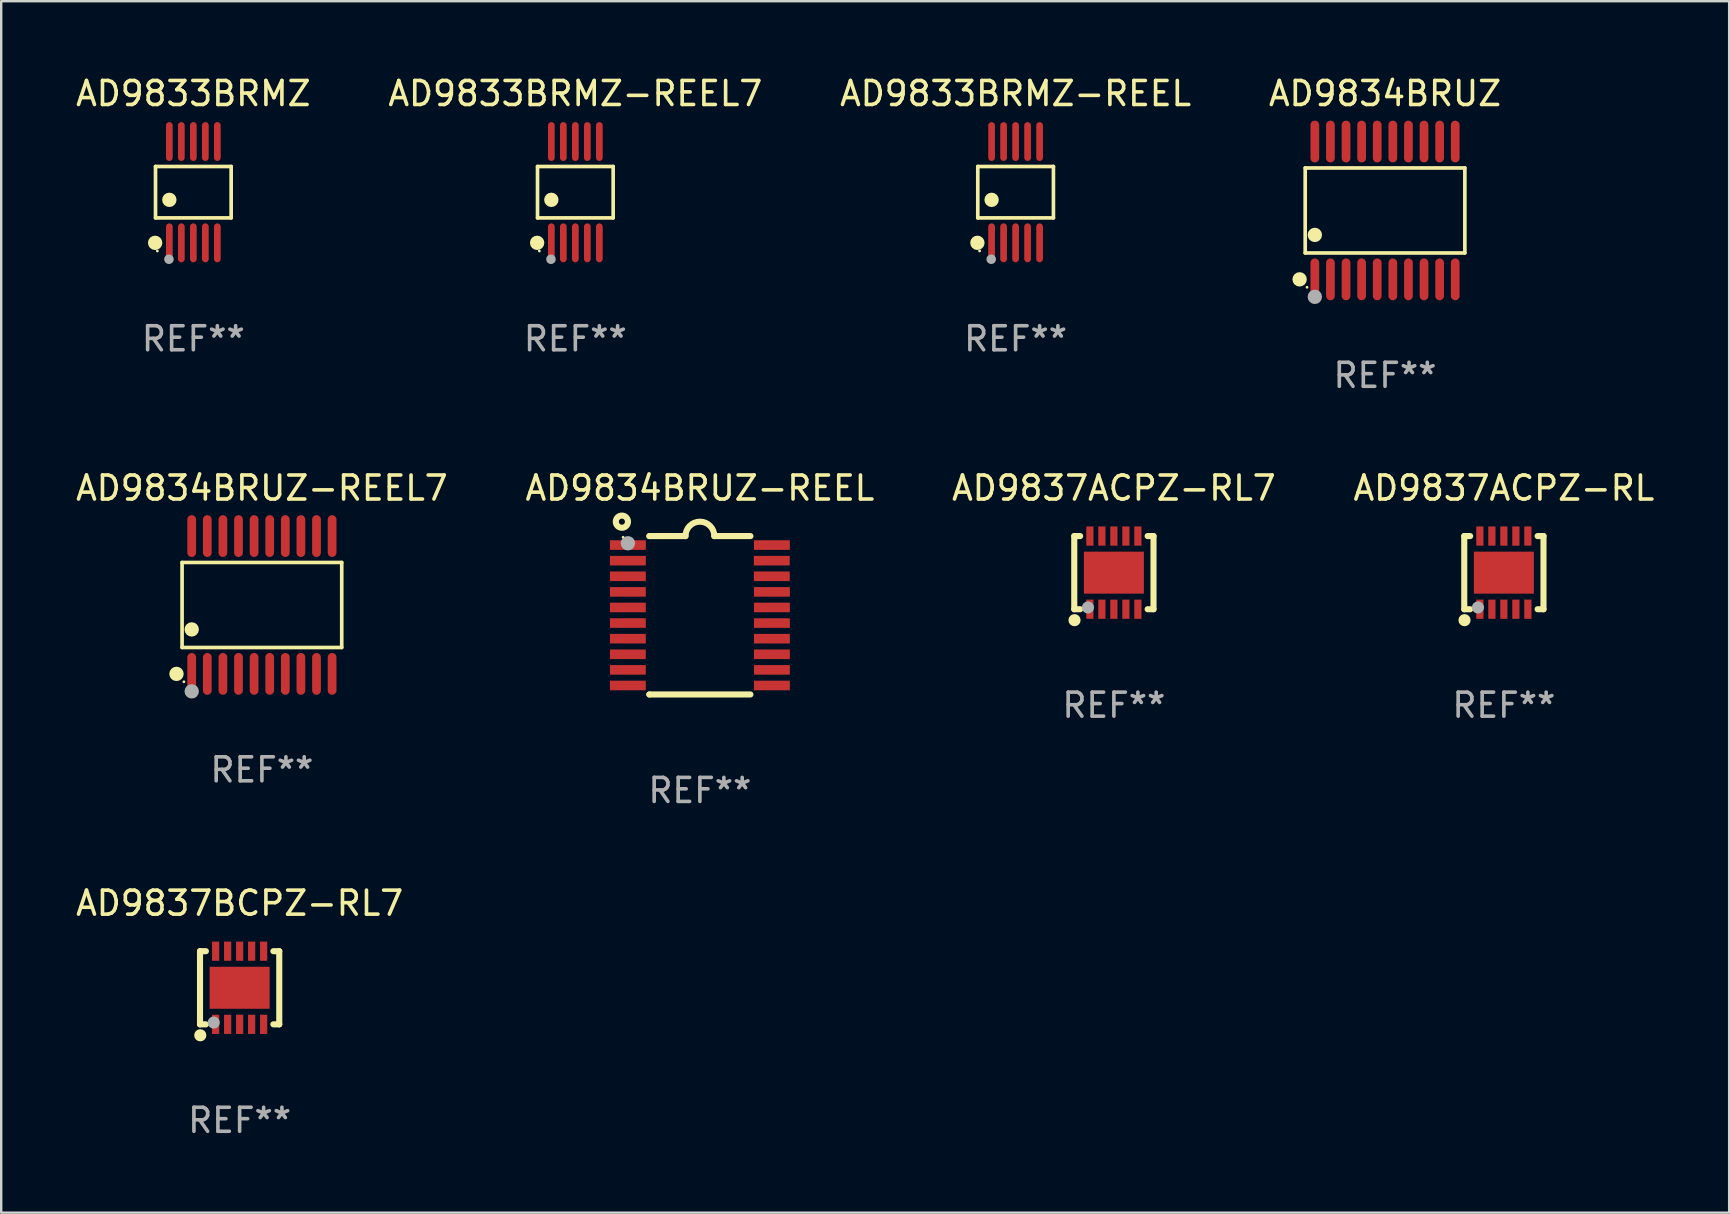
<source format=kicad_pcb>
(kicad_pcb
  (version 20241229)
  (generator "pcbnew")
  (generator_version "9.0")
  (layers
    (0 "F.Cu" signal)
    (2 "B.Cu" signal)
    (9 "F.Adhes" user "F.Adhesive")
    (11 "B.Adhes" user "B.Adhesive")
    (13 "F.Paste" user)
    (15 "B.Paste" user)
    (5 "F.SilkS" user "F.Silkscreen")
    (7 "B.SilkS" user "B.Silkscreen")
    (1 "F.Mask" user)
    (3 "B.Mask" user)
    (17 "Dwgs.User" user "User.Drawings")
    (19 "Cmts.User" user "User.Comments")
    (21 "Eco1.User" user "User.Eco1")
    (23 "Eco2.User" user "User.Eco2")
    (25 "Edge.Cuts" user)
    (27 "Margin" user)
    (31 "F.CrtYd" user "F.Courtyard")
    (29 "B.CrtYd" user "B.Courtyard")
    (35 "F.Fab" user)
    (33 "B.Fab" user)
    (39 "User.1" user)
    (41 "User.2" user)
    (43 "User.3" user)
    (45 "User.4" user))
  (footprint "AD9833BRMZ-REEL"
    (layer "F.Cu")
    (at 39.268 4.958)
    (property "Reference" "AD9833BRMZ-REEL" (at 0 -4.11 0) (layer "F.SilkS") (effects (font (size 1 1) (thickness 0.15))))
    (attr through_hole)
    (fp_line (start -1.576 -1.071) (end 1.576 -1.071) (stroke (width 0.152) (type solid)) (layer "F.SilkS"))
    (fp_line (start -1.576 1.071) (end -1.576 -1.071) (stroke (width 0.152) (type solid)) (layer "F.SilkS"))
    (fp_line (start 1.576 -1.071) (end 1.576 1.071) (stroke (width 0.152) (type solid)) (layer "F.SilkS"))
    (fp_line (start 1.576 1.071) (end -1.576 1.071) (stroke (width 0.152) (type solid)) (layer "F.SilkS"))
    (fp_circle (center -1.592 2.11) (end -1.442 2.11) (stroke (width 0.3) (type solid)) (fill no) (layer "F.SilkS"))
    (fp_circle (center -1.5 2.45) (end -1.47 2.45) (stroke (width 0.06) (type solid)) (fill no) (layer "F.SilkS"))
    (fp_circle (center -1 0.319) (end -0.85 0.319) (stroke (width 0.3) (type solid)) (fill no) (layer "F.SilkS"))
    (fp_circle (center -1.016 2.794) (end -0.916 2.794) (stroke (width 0.2) (type solid)) (fill no) (layer "F.Fab"))
    (fp_text user "REF**" (at 0 6.11 0) (layer "F.Fab") (effects (font (size 1 1) (thickness 0.15))))
    (pad "1" smd oval (at -1 2.11) (size 0.28 1.62) (layers "F.Cu" "F.Mask" "F.Paste"))
    (pad "2" smd oval (at -0.5 2.11) (size 0.28 1.62) (layers "F.Cu" "F.Mask" "F.Paste"))
    (pad "3" smd oval (at 0 2.11) (size 0.28 1.62) (layers "F.Cu" "F.Mask" "F.Paste"))
    (pad "4" smd oval (at 0.5 2.11) (size 0.28 1.62) (layers "F.Cu" "F.Mask" "F.Paste"))
    (pad "5" smd oval (at 1 2.11) (size 0.28 1.62) (layers "F.Cu" "F.Mask" "F.Paste"))
    (pad "6" smd oval (at 1 -2.11) (size 0.28 1.62) (layers "F.Cu" "F.Mask" "F.Paste"))
    (pad "7" smd oval (at 0.5 -2.11) (size 0.28 1.62) (layers "F.Cu" "F.Mask" "F.Paste"))
    (pad "8" smd oval (at 0 -2.11) (size 0.28 1.62) (layers "F.Cu" "F.Mask" "F.Paste"))
    (pad "9" smd oval (at -0.5 -2.11) (size 0.28 1.62) (layers "F.Cu" "F.Mask" "F.Paste"))
    (pad "10" smd oval (at -1 -2.11) (size 0.28 1.62) (layers "F.Cu" "F.Mask" "F.Paste")))
  (footprint "AD9834BRUZ"
    (layer "F.Cu")
    (at 54.661 5.719)
    (property "Reference" "AD9834BRUZ" (at 0 -4.871 0) (layer "F.SilkS") (effects (font (size 1 1) (thickness 0.15))))
    (attr through_hole)
    (fp_line (start -3.326 -1.771) (end 3.326 -1.771) (stroke (width 0.152) (type solid)) (layer "F.SilkS"))
    (fp_line (start -3.326 1.771) (end -3.326 -1.771) (stroke (width 0.152) (type solid)) (layer "F.SilkS"))
    (fp_line (start 3.326 -1.771) (end 3.326 1.771) (stroke (width 0.152) (type solid)) (layer "F.SilkS"))
    (fp_line (start 3.326 1.771) (end -3.326 1.771) (stroke (width 0.152) (type solid)) (layer "F.SilkS"))
    (fp_circle (center -3.559 2.871) (end -3.409 2.871) (stroke (width 0.3) (type solid)) (fill no) (layer "F.SilkS"))
    (fp_circle (center -3.25 3.2) (end -3.22 3.2) (stroke (width 0.06) (type solid)) (fill no) (layer "F.SilkS"))
    (fp_circle (center -2.925 1.019) (end -2.775 1.019) (stroke (width 0.3) (type solid)) (fill no) (layer "F.SilkS"))
    (fp_circle (center -2.925 3.6) (end -2.775 3.6) (stroke (width 0.3) (type solid)) (fill no) (layer "F.Fab"))
    (fp_text user "REF**" (at 0 6.871 0) (layer "F.Fab") (effects (font (size 1 1) (thickness 0.15))))
    (pad "1" smd oval (at -2.925 2.871) (size 0.364 1.742) (layers "F.Cu" "F.Mask" "F.Paste"))
    (pad "2" smd oval (at -2.275 2.871) (size 0.364 1.742) (layers "F.Cu" "F.Mask" "F.Paste"))
    (pad "3" smd oval (at -1.625 2.871) (size 0.364 1.742) (layers "F.Cu" "F.Mask" "F.Paste"))
    (pad "4" smd oval (at -0.975 2.871) (size 0.364 1.742) (layers "F.Cu" "F.Mask" "F.Paste"))
    (pad "5" smd oval (at -0.325 2.871) (size 0.364 1.742) (layers "F.Cu" "F.Mask" "F.Paste"))
    (pad "6" smd oval (at 0.325 2.871) (size 0.364 1.742) (layers "F.Cu" "F.Mask" "F.Paste"))
    (pad "7" smd oval (at 0.975 2.871) (size 0.364 1.742) (layers "F.Cu" "F.Mask" "F.Paste"))
    (pad "8" smd oval (at 1.625 2.871) (size 0.364 1.742) (layers "F.Cu" "F.Mask" "F.Paste"))
    (pad "9" smd oval (at 2.275 2.871) (size 0.364 1.742) (layers "F.Cu" "F.Mask" "F.Paste"))
    (pad "10" smd oval (at 2.925 2.871) (size 0.364 1.742) (layers "F.Cu" "F.Mask" "F.Paste"))
    (pad "11" smd oval (at 2.925 -2.871) (size 0.364 1.742) (layers "F.Cu" "F.Mask" "F.Paste"))
    (pad "12" smd oval (at 2.275 -2.871) (size 0.364 1.742) (layers "F.Cu" "F.Mask" "F.Paste"))
    (pad "13" smd oval (at 1.625 -2.871) (size 0.364 1.742) (layers "F.Cu" "F.Mask" "F.Paste"))
    (pad "14" smd oval (at 0.975 -2.871) (size 0.364 1.742) (layers "F.Cu" "F.Mask" "F.Paste"))
    (pad "15" smd oval (at 0.325 -2.871) (size 0.364 1.742) (layers "F.Cu" "F.Mask" "F.Paste"))
    (pad "16" smd oval (at -0.325 -2.871) (size 0.364 1.742) (layers "F.Cu" "F.Mask" "F.Paste"))
    (pad "17" smd oval (at -0.975 -2.871) (size 0.364 1.742) (layers "F.Cu" "F.Mask" "F.Paste"))
    (pad "18" smd oval (at -1.625 -2.871) (size 0.364 1.742) (layers "F.Cu" "F.Mask" "F.Paste"))
    (pad "19" smd oval (at -2.275 -2.871) (size 0.364 1.742) (layers "F.Cu" "F.Mask" "F.Paste"))
    (pad "20" smd oval (at -2.925 -2.871) (size 0.364 1.742) (layers "F.Cu" "F.Mask" "F.Paste")))
  (footprint "AD9837BCPZ-RL7"
    (layer "F.Cu")
    (at 6.935 38.108)
    (property "Reference" "AD9837BCPZ-RL7" (at 0 -3.524 0) (layer "F.SilkS") (effects (font (size 1 1) (thickness 0.15))))
    (attr through_hole)
    (fp_line (start -1.651 -1.524) (end -1.651 1.524) (stroke (width 0.254) (type solid)) (layer "F.SilkS"))
    (fp_line (start -1.651 1.524) (end -1.406 1.524) (stroke (width 0.254) (type solid)) (layer "F.SilkS"))
    (fp_line (start -1.406 -1.524) (end -1.651 -1.524) (stroke (width 0.254) (type solid)) (layer "F.SilkS"))
    (fp_line (start 1.406 1.524) (end 1.651 1.524) (stroke (width 0.254) (type solid)) (layer "F.SilkS"))
    (fp_line (start 1.651 -1.524) (end 1.406 -1.524) (stroke (width 0.254) (type solid)) (layer "F.SilkS"))
    (fp_line (start 1.651 1.524) (end 1.651 -1.524) (stroke (width 0.254) (type solid)) (layer "F.SilkS"))
    (fp_circle (center -1.64 1.98) (end -1.513 1.98) (stroke (width 0.254) (type solid)) (fill no) (layer "F.SilkS"))
    (fp_circle (center -1.5 1.5) (end -1.47 1.5) (stroke (width 0.06) (type solid)) (fill no) (layer "F.SilkS"))
    (fp_circle (center -1.08 1.45) (end -0.953 1.45) (stroke (width 0.254) (type solid)) (fill no) (layer "F.Fab"))
    (fp_text user "REF**" (at 0 5.524 0) (layer "F.Fab") (effects (font (size 1 1) (thickness 0.15))))
    (pad "1" smd rect (at -1 1.524) (size 0.3 0.8) (layers "F.Cu" "F.Mask" "F.Paste"))
    (pad "2" smd rect (at -0.5 1.524) (size 0.3 0.8) (layers "F.Cu" "F.Mask" "F.Paste"))
    (pad "3" smd rect (at 0 1.524) (size 0.3 0.8) (layers "F.Cu" "F.Mask" "F.Paste"))
    (pad "4" smd rect (at 0.5 1.524) (size 0.3 0.8) (layers "F.Cu" "F.Mask" "F.Paste"))
    (pad "5" smd rect (at 1 1.524) (size 0.3 0.8) (layers "F.Cu" "F.Mask" "F.Paste"))
    (pad "6" smd rect (at 1 -1.524) (size 0.3 0.8) (layers "F.Cu" "F.Mask" "F.Paste"))
    (pad "7" smd rect (at 0.5 -1.524) (size 0.3 0.8) (layers "F.Cu" "F.Mask" "F.Paste"))
    (pad "8" smd rect (at 0 -1.524) (size 0.3 0.8) (layers "F.Cu" "F.Mask" "F.Paste"))
    (pad "9" smd rect (at -0.5 -1.524) (size 0.3 0.8) (layers "F.Cu" "F.Mask" "F.Paste"))
    (pad "10" smd rect (at -1 -1.524) (size 0.3 0.8) (layers "F.Cu" "F.Mask" "F.Paste"))
    (pad "11" smd rect (at 0 0) (size 2.5 1.75) (layers "F.Cu" "F.Mask" "F.Paste")))
  (footprint "AD9837ACPZ-RL"
    (layer "F.Cu")
    (at 59.613 20.811)
    (property "Reference" "AD9837ACPZ-RL" (at 0 -3.524 0) (layer "F.SilkS") (effects (font (size 1 1) (thickness 0.15))))
    (attr through_hole)
    (fp_line (start -1.651 -1.524) (end -1.651 1.524) (stroke (width 0.254) (type solid)) (layer "F.SilkS"))
    (fp_line (start -1.651 1.524) (end -1.406 1.524) (stroke (width 0.254) (type solid)) (layer "F.SilkS"))
    (fp_line (start -1.406 -1.524) (end -1.651 -1.524) (stroke (width 0.254) (type solid)) (layer "F.SilkS"))
    (fp_line (start 1.406 1.524) (end 1.651 1.524) (stroke (width 0.254) (type solid)) (layer "F.SilkS"))
    (fp_line (start 1.651 -1.524) (end 1.406 -1.524) (stroke (width 0.254) (type solid)) (layer "F.SilkS"))
    (fp_line (start 1.651 1.524) (end 1.651 -1.524) (stroke (width 0.254) (type solid)) (layer "F.SilkS"))
    (fp_circle (center -1.64 1.98) (end -1.513 1.98) (stroke (width 0.254) (type solid)) (fill no) (layer "F.SilkS"))
    (fp_circle (center -1.5 1.5) (end -1.47 1.5) (stroke (width 0.06) (type solid)) (fill no) (layer "F.SilkS"))
    (fp_circle (center -1.08 1.45) (end -0.953 1.45) (stroke (width 0.254) (type solid)) (fill no) (layer "F.Fab"))
    (fp_text user "REF**" (at 0 5.524 0) (layer "F.Fab") (effects (font (size 1 1) (thickness 0.15))))
    (pad "1" smd rect (at -1 1.524) (size 0.3 0.8) (layers "F.Cu" "F.Mask" "F.Paste"))
    (pad "2" smd rect (at -0.5 1.524) (size 0.3 0.8) (layers "F.Cu" "F.Mask" "F.Paste"))
    (pad "3" smd rect (at 0 1.524) (size 0.3 0.8) (layers "F.Cu" "F.Mask" "F.Paste"))
    (pad "4" smd rect (at 0.5 1.524) (size 0.3 0.8) (layers "F.Cu" "F.Mask" "F.Paste"))
    (pad "5" smd rect (at 1 1.524) (size 0.3 0.8) (layers "F.Cu" "F.Mask" "F.Paste"))
    (pad "6" smd rect (at 1 -1.524) (size 0.3 0.8) (layers "F.Cu" "F.Mask" "F.Paste"))
    (pad "7" smd rect (at 0.5 -1.524) (size 0.3 0.8) (layers "F.Cu" "F.Mask" "F.Paste"))
    (pad "8" smd rect (at 0 -1.524) (size 0.3 0.8) (layers "F.Cu" "F.Mask" "F.Paste"))
    (pad "9" smd rect (at -0.5 -1.524) (size 0.3 0.8) (layers "F.Cu" "F.Mask" "F.Paste"))
    (pad "10" smd rect (at -1 -1.524) (size 0.3 0.8) (layers "F.Cu" "F.Mask" "F.Paste"))
    (pad "11" smd rect (at 0 0) (size 2.5 1.75) (layers "F.Cu" "F.Mask" "F.Paste")))
  (footprint "AD9834BRUZ-REEL"
    (layer "F.Cu")
    (at 26.113 22.587)
    (property "Reference" "AD9834BRUZ-REEL" (at 0 -5.3 0) (layer "F.SilkS") (effects (font (size 1 1) (thickness 0.15))))
    (attr through_hole)
    (fp_line (start -2.105 -3.3) (end -2.105 -3.3) (stroke (width 0.254) (type solid)) (layer "F.SilkS"))
    (fp_line (start -2.105 -3.3) (end -0.6 -3.3) (stroke (width 0.254) (type solid)) (layer "F.SilkS"))
    (fp_line (start -2.105 3.3) (end -2.105 3.3) (stroke (width 0.254) (type solid)) (layer "F.SilkS"))
    (fp_line (start 0.6 -3.3) (end 2.105 -3.3) (stroke (width 0.254) (type solid)) (layer "F.SilkS"))
    (fp_line (start 2.105 3.3) (end -2.105 3.3) (stroke (width 0.254) (type solid)) (layer "F.SilkS"))
    (fp_arc (start -0.599924 -3.300026) (mid 0.000114 -3.897415) (end 0.600152 -3.300025) (stroke (width 0.254001) (type solid)) (layer "F.SilkS"))
    (fp_circle (center -3.25 -3.9) (end -2.996 -3.9) (stroke (width 0.254) (type solid)) (fill no) (layer "F.SilkS"))
    (fp_circle (center -3.2 -3.25) (end -3.17 -3.25) (stroke (width 0.06) (type solid)) (fill no) (layer "F.SilkS"))
    (fp_circle (center -3 -3) (end -2.85 -3) (stroke (width 0.3) (type solid)) (fill no) (layer "F.Fab"))
    (fp_text user "REF**" (at 0 7.3 0) (layer "F.Fab") (effects (font (size 1 1) (thickness 0.15))))
    (pad "1" smd rect (at -3.001 -2.925 270) (size 0.4 1.494) (layers "F.Cu" "F.Mask" "F.Paste"))
    (pad "2" smd rect (at -3.001 -2.275 270) (size 0.4 1.494) (layers "F.Cu" "F.Mask" "F.Paste"))
    (pad "3" smd rect (at -3.001 -1.625 270) (size 0.4 1.494) (layers "F.Cu" "F.Mask" "F.Paste"))
    (pad "4" smd rect (at -3.001 -0.975 270) (size 0.4 1.494) (layers "F.Cu" "F.Mask" "F.Paste"))
    (pad "5" smd rect (at -3.001 -0.325 270) (size 0.4 1.494) (layers "F.Cu" "F.Mask" "F.Paste"))
    (pad "6" smd rect (at -3.001 0.324 270) (size 0.4 1.494) (layers "F.Cu" "F.Mask" "F.Paste"))
    (pad "7" smd rect (at -3.001 0.975 270) (size 0.4 1.494) (layers "F.Cu" "F.Mask" "F.Paste"))
    (pad "8" smd rect (at -3.001 1.625 270) (size 0.4 1.494) (layers "F.Cu" "F.Mask" "F.Paste"))
    (pad "9" smd rect (at -3.001 2.275 270) (size 0.4 1.494) (layers "F.Cu" "F.Mask" "F.Paste"))
    (pad "10" smd rect (at -3.001 2.925 270) (size 0.4 1.494) (layers "F.Cu" "F.Mask" "F.Paste"))
    (pad "11" smd rect (at 3.001 2.925 270) (size 0.4 1.494) (layers "F.Cu" "F.Mask" "F.Paste"))
    (pad "12" smd rect (at 3.001 2.275 270) (size 0.4 1.494) (layers "F.Cu" "F.Mask" "F.Paste"))
    (pad "13" smd rect (at 3.001 1.625 270) (size 0.4 1.494) (layers "F.Cu" "F.Mask" "F.Paste"))
    (pad "14" smd rect (at 3.001 0.975 270) (size 0.4 1.494) (layers "F.Cu" "F.Mask" "F.Paste"))
    (pad "15" smd rect (at 3.001 0.325 270) (size 0.4 1.494) (layers "F.Cu" "F.Mask" "F.Paste"))
    (pad "16" smd rect (at 3.001 -0.325 270) (size 0.4 1.494) (layers "F.Cu" "F.Mask" "F.Paste"))
    (pad "17" smd rect (at 3.001 -0.975 270) (size 0.4 1.494) (layers "F.Cu" "F.Mask" "F.Paste"))
    (pad "18" smd rect (at 2.996 -1.625 270) (size 0.4 1.494) (layers "F.Cu" "F.Mask" "F.Paste"))
    (pad "19" smd rect (at 2.996 -2.275 270) (size 0.4 1.494) (layers "F.Cu" "F.Mask" "F.Paste"))
    (pad "20" smd rect (at 3.001 -2.925 270) (size 0.4 1.494) (layers "F.Cu" "F.Mask" "F.Paste")))
  (footprint "AD9834BRUZ-REEL7"
    (layer "F.Cu")
    (at 7.863 22.158)
    (property "Reference" "AD9834BRUZ-REEL7" (at 0 -4.871 0) (layer "F.SilkS") (effects (font (size 1 1) (thickness 0.15))))
    (attr through_hole)
    (fp_line (start -3.326 -1.771) (end 3.326 -1.771) (stroke (width 0.152) (type solid)) (layer "F.SilkS"))
    (fp_line (start -3.326 1.771) (end -3.326 -1.771) (stroke (width 0.152) (type solid)) (layer "F.SilkS"))
    (fp_line (start 3.326 -1.771) (end 3.326 1.771) (stroke (width 0.152) (type solid)) (layer "F.SilkS"))
    (fp_line (start 3.326 1.771) (end -3.326 1.771) (stroke (width 0.152) (type solid)) (layer "F.SilkS"))
    (fp_circle (center -3.559 2.871) (end -3.409 2.871) (stroke (width 0.3) (type solid)) (fill no) (layer "F.SilkS"))
    (fp_circle (center -3.25 3.2) (end -3.22 3.2) (stroke (width 0.06) (type solid)) (fill no) (layer "F.SilkS"))
    (fp_circle (center -2.925 1.019) (end -2.775 1.019) (stroke (width 0.3) (type solid)) (fill no) (layer "F.SilkS"))
    (fp_circle (center -2.925 3.6) (end -2.775 3.6) (stroke (width 0.3) (type solid)) (fill no) (layer "F.Fab"))
    (fp_text user "REF**" (at 0 6.871 0) (layer "F.Fab") (effects (font (size 1 1) (thickness 0.15))))
    (pad "1" smd oval (at -2.925 2.871) (size 0.364 1.742) (layers "F.Cu" "F.Mask" "F.Paste"))
    (pad "2" smd oval (at -2.275 2.871) (size 0.364 1.742) (layers "F.Cu" "F.Mask" "F.Paste"))
    (pad "3" smd oval (at -1.625 2.871) (size 0.364 1.742) (layers "F.Cu" "F.Mask" "F.Paste"))
    (pad "4" smd oval (at -0.975 2.871) (size 0.364 1.742) (layers "F.Cu" "F.Mask" "F.Paste"))
    (pad "5" smd oval (at -0.325 2.871) (size 0.364 1.742) (layers "F.Cu" "F.Mask" "F.Paste"))
    (pad "6" smd oval (at 0.325 2.871) (size 0.364 1.742) (layers "F.Cu" "F.Mask" "F.Paste"))
    (pad "7" smd oval (at 0.975 2.871) (size 0.364 1.742) (layers "F.Cu" "F.Mask" "F.Paste"))
    (pad "8" smd oval (at 1.625 2.871) (size 0.364 1.742) (layers "F.Cu" "F.Mask" "F.Paste"))
    (pad "9" smd oval (at 2.275 2.871) (size 0.364 1.742) (layers "F.Cu" "F.Mask" "F.Paste"))
    (pad "10" smd oval (at 2.925 2.871) (size 0.364 1.742) (layers "F.Cu" "F.Mask" "F.Paste"))
    (pad "11" smd oval (at 2.925 -2.871) (size 0.364 1.742) (layers "F.Cu" "F.Mask" "F.Paste"))
    (pad "12" smd oval (at 2.275 -2.871) (size 0.364 1.742) (layers "F.Cu" "F.Mask" "F.Paste"))
    (pad "13" smd oval (at 1.625 -2.871) (size 0.364 1.742) (layers "F.Cu" "F.Mask" "F.Paste"))
    (pad "14" smd oval (at 0.975 -2.871) (size 0.364 1.742) (layers "F.Cu" "F.Mask" "F.Paste"))
    (pad "15" smd oval (at 0.325 -2.871) (size 0.364 1.742) (layers "F.Cu" "F.Mask" "F.Paste"))
    (pad "16" smd oval (at -0.325 -2.871) (size 0.364 1.742) (layers "F.Cu" "F.Mask" "F.Paste"))
    (pad "17" smd oval (at -0.975 -2.871) (size 0.364 1.742) (layers "F.Cu" "F.Mask" "F.Paste"))
    (pad "18" smd oval (at -1.625 -2.871) (size 0.364 1.742) (layers "F.Cu" "F.Mask" "F.Paste"))
    (pad "19" smd oval (at -2.275 -2.871) (size 0.364 1.742) (layers "F.Cu" "F.Mask" "F.Paste"))
    (pad "20" smd oval (at -2.925 -2.871) (size 0.364 1.742) (layers "F.Cu" "F.Mask" "F.Paste")))
  (footprint "AD9833BRMZ"
    (layer "F.Cu")
    (at 5.006 4.958)
    (property "Reference" "AD9833BRMZ" (at 0 -4.11 0) (layer "F.SilkS") (effects (font (size 1 1) (thickness 0.15))))
    (attr through_hole)
    (fp_line (start -1.576 -1.071) (end 1.576 -1.071) (stroke (width 0.152) (type solid)) (layer "F.SilkS"))
    (fp_line (start -1.576 1.071) (end -1.576 -1.071) (stroke (width 0.152) (type solid)) (layer "F.SilkS"))
    (fp_line (start 1.576 -1.071) (end 1.576 1.071) (stroke (width 0.152) (type solid)) (layer "F.SilkS"))
    (fp_line (start 1.576 1.071) (end -1.576 1.071) (stroke (width 0.152) (type solid)) (layer "F.SilkS"))
    (fp_circle (center -1.592 2.11) (end -1.442 2.11) (stroke (width 0.3) (type solid)) (fill no) (layer "F.SilkS"))
    (fp_circle (center -1.5 2.45) (end -1.47 2.45) (stroke (width 0.06) (type solid)) (fill no) (layer "F.SilkS"))
    (fp_circle (center -1 0.319) (end -0.85 0.319) (stroke (width 0.3) (type solid)) (fill no) (layer "F.SilkS"))
    (fp_circle (center -1.016 2.794) (end -0.916 2.794) (stroke (width 0.2) (type solid)) (fill no) (layer "F.Fab"))
    (fp_text user "REF**" (at 0 6.11 0) (layer "F.Fab") (effects (font (size 1 1) (thickness 0.15))))
    (pad "1" smd oval (at -1 2.11) (size 0.28 1.62) (layers "F.Cu" "F.Mask" "F.Paste"))
    (pad "2" smd oval (at -0.5 2.11) (size 0.28 1.62) (layers "F.Cu" "F.Mask" "F.Paste"))
    (pad "3" smd oval (at 0 2.11) (size 0.28 1.62) (layers "F.Cu" "F.Mask" "F.Paste"))
    (pad "4" smd oval (at 0.5 2.11) (size 0.28 1.62) (layers "F.Cu" "F.Mask" "F.Paste"))
    (pad "5" smd oval (at 1 2.11) (size 0.28 1.62) (layers "F.Cu" "F.Mask" "F.Paste"))
    (pad "6" smd oval (at 1 -2.11) (size 0.28 1.62) (layers "F.Cu" "F.Mask" "F.Paste"))
    (pad "7" smd oval (at 0.5 -2.11) (size 0.28 1.62) (layers "F.Cu" "F.Mask" "F.Paste"))
    (pad "8" smd oval (at 0 -2.11) (size 0.28 1.62) (layers "F.Cu" "F.Mask" "F.Paste"))
    (pad "9" smd oval (at -0.5 -2.11) (size 0.28 1.62) (layers "F.Cu" "F.Mask" "F.Paste"))
    (pad "10" smd oval (at -1 -2.11) (size 0.28 1.62) (layers "F.Cu" "F.Mask" "F.Paste")))
  (footprint "AD9837ACPZ-RL7"
    (layer "F.Cu")
    (at 43.363 20.811)
    (property "Reference" "AD9837ACPZ-RL7" (at 0 -3.524 0) (layer "F.SilkS") (effects (font (size 1 1) (thickness 0.15))))
    (attr through_hole)
    (fp_line (start -1.651 -1.524) (end -1.651 1.524) (stroke (width 0.254) (type solid)) (layer "F.SilkS"))
    (fp_line (start -1.651 1.524) (end -1.406 1.524) (stroke (width 0.254) (type solid)) (layer "F.SilkS"))
    (fp_line (start -1.406 -1.524) (end -1.651 -1.524) (stroke (width 0.254) (type solid)) (layer "F.SilkS"))
    (fp_line (start 1.406 1.524) (end 1.651 1.524) (stroke (width 0.254) (type solid)) (layer "F.SilkS"))
    (fp_line (start 1.651 -1.524) (end 1.406 -1.524) (stroke (width 0.254) (type solid)) (layer "F.SilkS"))
    (fp_line (start 1.651 1.524) (end 1.651 -1.524) (stroke (width 0.254) (type solid)) (layer "F.SilkS"))
    (fp_circle (center -1.64 1.98) (end -1.513 1.98) (stroke (width 0.254) (type solid)) (fill no) (layer "F.SilkS"))
    (fp_circle (center -1.5 1.5) (end -1.47 1.5) (stroke (width 0.06) (type solid)) (fill no) (layer "F.SilkS"))
    (fp_circle (center -1.08 1.45) (end -0.953 1.45) (stroke (width 0.254) (type solid)) (fill no) (layer "F.Fab"))
    (fp_text user "REF**" (at 0 5.524 0) (layer "F.Fab") (effects (font (size 1 1) (thickness 0.15))))
    (pad "1" smd rect (at -1 1.524) (size 0.3 0.8) (layers "F.Cu" "F.Mask" "F.Paste"))
    (pad "2" smd rect (at -0.5 1.524) (size 0.3 0.8) (layers "F.Cu" "F.Mask" "F.Paste"))
    (pad "3" smd rect (at 0 1.524) (size 0.3 0.8) (layers "F.Cu" "F.Mask" "F.Paste"))
    (pad "4" smd rect (at 0.5 1.524) (size 0.3 0.8) (layers "F.Cu" "F.Mask" "F.Paste"))
    (pad "5" smd rect (at 1 1.524) (size 0.3 0.8) (layers "F.Cu" "F.Mask" "F.Paste"))
    (pad "6" smd rect (at 1 -1.524) (size 0.3 0.8) (layers "F.Cu" "F.Mask" "F.Paste"))
    (pad "7" smd rect (at 0.5 -1.524) (size 0.3 0.8) (layers "F.Cu" "F.Mask" "F.Paste"))
    (pad "8" smd rect (at 0 -1.524) (size 0.3 0.8) (layers "F.Cu" "F.Mask" "F.Paste"))
    (pad "9" smd rect (at -0.5 -1.524) (size 0.3 0.8) (layers "F.Cu" "F.Mask" "F.Paste"))
    (pad "10" smd rect (at -1 -1.524) (size 0.3 0.8) (layers "F.Cu" "F.Mask" "F.Paste"))
    (pad "11" smd rect (at 0 0) (size 2.5 1.75) (layers "F.Cu" "F.Mask" "F.Paste")))
  (footprint "AD9833BRMZ-REEL7"
    (layer "F.Cu")
    (at 20.923 4.958)
    (property "Reference" "AD9833BRMZ-REEL7" (at 0 -4.11 0) (layer "F.SilkS") (effects (font (size 1 1) (thickness 0.15))))
    (attr through_hole)
    (fp_line (start -1.576 -1.071) (end 1.576 -1.071) (stroke (width 0.152) (type solid)) (layer "F.SilkS"))
    (fp_line (start -1.576 1.071) (end -1.576 -1.071) (stroke (width 0.152) (type solid)) (layer "F.SilkS"))
    (fp_line (start 1.576 -1.071) (end 1.576 1.071) (stroke (width 0.152) (type solid)) (layer "F.SilkS"))
    (fp_line (start 1.576 1.071) (end -1.576 1.071) (stroke (width 0.152) (type solid)) (layer "F.SilkS"))
    (fp_circle (center -1.592 2.11) (end -1.442 2.11) (stroke (width 0.3) (type solid)) (fill no) (layer "F.SilkS"))
    (fp_circle (center -1.5 2.45) (end -1.47 2.45) (stroke (width 0.06) (type solid)) (fill no) (layer "F.SilkS"))
    (fp_circle (center -1 0.319) (end -0.85 0.319) (stroke (width 0.3) (type solid)) (fill no) (layer "F.SilkS"))
    (fp_circle (center -1.016 2.794) (end -0.916 2.794) (stroke (width 0.2) (type solid)) (fill no) (layer "F.Fab"))
    (fp_text user "REF**" (at 0 6.11 0) (layer "F.Fab") (effects (font (size 1 1) (thickness 0.15))))
    (pad "1" smd oval (at -1 2.11) (size 0.28 1.62) (layers "F.Cu" "F.Mask" "F.Paste"))
    (pad "2" smd oval (at -0.5 2.11) (size 0.28 1.62) (layers "F.Cu" "F.Mask" "F.Paste"))
    (pad "3" smd oval (at 0 2.11) (size 0.28 1.62) (layers "F.Cu" "F.Mask" "F.Paste"))
    (pad "4" smd oval (at 0.5 2.11) (size 0.28 1.62) (layers "F.Cu" "F.Mask" "F.Paste"))
    (pad "5" smd oval (at 1 2.11) (size 0.28 1.62) (layers "F.Cu" "F.Mask" "F.Paste"))
    (pad "6" smd oval (at 1 -2.11) (size 0.28 1.62) (layers "F.Cu" "F.Mask" "F.Paste"))
    (pad "7" smd oval (at 0.5 -2.11) (size 0.28 1.62) (layers "F.Cu" "F.Mask" "F.Paste"))
    (pad "8" smd oval (at 0 -2.11) (size 0.28 1.62) (layers "F.Cu" "F.Mask" "F.Paste"))
    (pad "9" smd oval (at -0.5 -2.11) (size 0.28 1.62) (layers "F.Cu" "F.Mask" "F.Paste"))
    (pad "10" smd oval (at -1 -2.11) (size 0.28 1.62) (layers "F.Cu" "F.Mask" "F.Paste")))
  (gr_rect
    (start -3 -3)
    (end 69 47.48)
    (stroke (width 0.1) (type default))
    (fill no)
    (layer "Edge.Cuts")))
</source>
